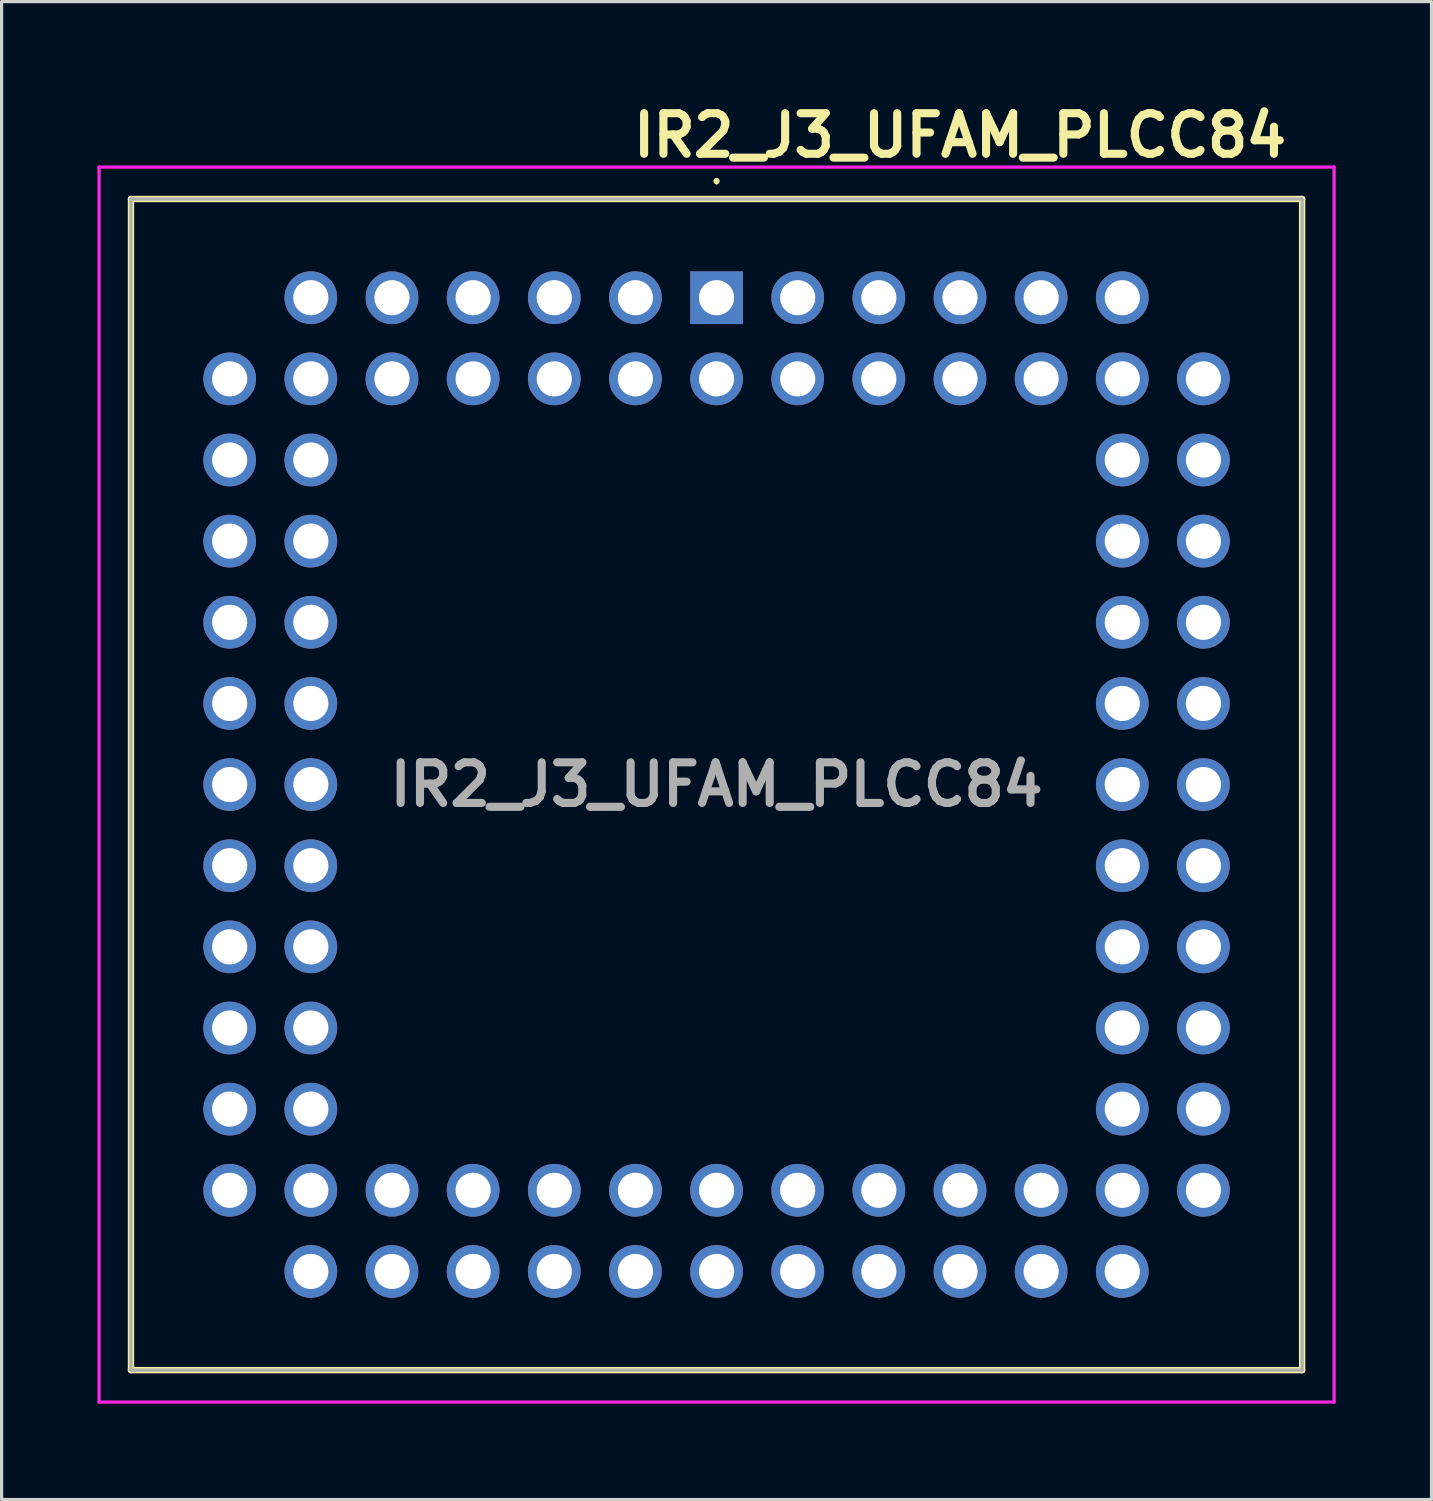
<source format=kicad_pcb>
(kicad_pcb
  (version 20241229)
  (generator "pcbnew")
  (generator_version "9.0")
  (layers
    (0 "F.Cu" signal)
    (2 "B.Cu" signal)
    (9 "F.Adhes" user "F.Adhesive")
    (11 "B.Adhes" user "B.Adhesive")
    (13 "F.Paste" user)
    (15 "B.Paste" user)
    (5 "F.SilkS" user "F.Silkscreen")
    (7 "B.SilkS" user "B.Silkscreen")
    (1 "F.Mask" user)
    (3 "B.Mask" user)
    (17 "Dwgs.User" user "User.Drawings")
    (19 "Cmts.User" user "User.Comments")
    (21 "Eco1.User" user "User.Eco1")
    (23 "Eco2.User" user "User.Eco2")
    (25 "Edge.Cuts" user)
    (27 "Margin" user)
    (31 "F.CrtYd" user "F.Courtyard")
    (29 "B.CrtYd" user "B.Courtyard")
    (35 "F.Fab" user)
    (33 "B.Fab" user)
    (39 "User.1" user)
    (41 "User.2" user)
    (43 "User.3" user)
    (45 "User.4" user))
  (footprint "IR2_J3_UFAM_PLCC84"
    (layer "F.Cu")
    (at 19.38 6.269)
    (property "Reference" "IR2_J3_UFAM_PLCC84" (at 7.62 -5.08 0) (layer "F.SilkS") (effects (font (size 1.27 1.27) (thickness 0.254))))
    (attr through_hole)
    (fp_line (start -18.33 -3.09) (end 18.33 -3.09) (stroke (width 0.2) (type solid)) (layer "F.SilkS"))
    (fp_line (start -18.33 33.57) (end -18.33 -3.09) (stroke (width 0.2) (type solid)) (layer "F.SilkS"))
    (fp_line (start 0 -3.7) (end 0 -3.7) (stroke (width 0.1) (type solid)) (layer "F.SilkS"))
    (fp_line (start 0 -3.6) (end 0 -3.6) (stroke (width 0.1) (type solid)) (layer "F.SilkS"))
    (fp_line (start 18.33 -3.09) (end 18.33 33.57) (stroke (width 0.2) (type solid)) (layer "F.SilkS"))
    (fp_line (start 18.33 33.57) (end -18.33 33.57) (stroke (width 0.2) (type solid)) (layer "F.SilkS"))
    (fp_arc (start 0 -3.7) (mid 0.05 -3.65) (end 0 -3.6) (stroke (width 0.1) (type solid)) (layer "F.SilkS"))
    (fp_arc (start 0 -3.6) (mid -0.05 -3.65) (end 0 -3.7) (stroke (width 0.1) (type solid)) (layer "F.SilkS"))
    (fp_line (start -19.33 -4.09) (end 19.33 -4.09) (stroke (width 0.1) (type solid)) (layer "F.CrtYd"))
    (fp_line (start -19.33 34.57) (end -19.33 -4.09) (stroke (width 0.1) (type solid)) (layer "F.CrtYd"))
    (fp_line (start 19.33 -4.09) (end 19.33 34.57) (stroke (width 0.1) (type solid)) (layer "F.CrtYd"))
    (fp_line (start 19.33 34.57) (end -19.33 34.57) (stroke (width 0.1) (type solid)) (layer "F.CrtYd"))
    (fp_line (start -18.33 -3.09) (end 18.33 -3.09) (stroke (width 0.1) (type solid)) (layer "F.Fab"))
    (fp_line (start -18.33 33.57) (end -18.33 -3.09) (stroke (width 0.1) (type solid)) (layer "F.Fab"))
    (fp_line (start 18.33 -3.09) (end 18.33 33.57) (stroke (width 0.1) (type solid)) (layer "F.Fab"))
    (fp_line (start 18.33 33.57) (end -18.33 33.57) (stroke (width 0.1) (type solid)) (layer "F.Fab"))
    (fp_text user "${REFERENCE}" (at 0 15.24 0) (layer "F.Fab") (effects (font (size 1.27 1.27) (thickness 0.254))))
    (pad "1" thru_hole rect (at 0 0) (size 1.65 1.65) (drill 1.1) (layers "*.Cu" "*.Mask"))
    (pad "2" thru_hole circle (at 0 2.54) (size 1.65 1.65) (drill 1.1) (layers "*.Cu" "*.Mask"))
    (pad "3" thru_hole circle (at -2.54 0) (size 1.65 1.65) (drill 1.1) (layers "*.Cu" "*.Mask"))
    (pad "4" thru_hole circle (at -2.54 2.54) (size 1.65 1.65) (drill 1.1) (layers "*.Cu" "*.Mask"))
    (pad "5" thru_hole circle (at -5.08 0) (size 1.65 1.65) (drill 1.1) (layers "*.Cu" "*.Mask"))
    (pad "6" thru_hole circle (at -5.08 2.54) (size 1.65 1.65) (drill 1.1) (layers "*.Cu" "*.Mask"))
    (pad "7" thru_hole circle (at -7.62 0) (size 1.65 1.65) (drill 1.1) (layers "*.Cu" "*.Mask"))
    (pad "8" thru_hole circle (at -7.62 2.54) (size 1.65 1.65) (drill 1.1) (layers "*.Cu" "*.Mask"))
    (pad "9" thru_hole circle (at -10.16 0) (size 1.65 1.65) (drill 1.1) (layers "*.Cu" "*.Mask"))
    (pad "10" thru_hole circle (at -10.16 2.54) (size 1.65 1.65) (drill 1.1) (layers "*.Cu" "*.Mask"))
    (pad "11" thru_hole circle (at -12.7 0) (size 1.65 1.65) (drill 1.1) (layers "*.Cu" "*.Mask"))
    (pad "12" thru_hole circle (at -15.24 2.54) (size 1.65 1.65) (drill 1.1) (layers "*.Cu" "*.Mask"))
    (pad "13" thru_hole circle (at -12.7 2.54) (size 1.65 1.65) (drill 1.1) (layers "*.Cu" "*.Mask"))
    (pad "14" thru_hole circle (at -15.24 5.08) (size 1.65 1.65) (drill 1.1) (layers "*.Cu" "*.Mask"))
    (pad "15" thru_hole circle (at -12.7 5.08) (size 1.65 1.65) (drill 1.1) (layers "*.Cu" "*.Mask"))
    (pad "16" thru_hole circle (at -15.24 7.62) (size 1.65 1.65) (drill 1.1) (layers "*.Cu" "*.Mask"))
    (pad "17" thru_hole circle (at -12.7 7.62) (size 1.65 1.65) (drill 1.1) (layers "*.Cu" "*.Mask"))
    (pad "18" thru_hole circle (at -15.24 10.16) (size 1.65 1.65) (drill 1.1) (layers "*.Cu" "*.Mask"))
    (pad "19" thru_hole circle (at -12.7 10.16) (size 1.65 1.65) (drill 1.1) (layers "*.Cu" "*.Mask"))
    (pad "20" thru_hole circle (at -15.24 12.7) (size 1.65 1.65) (drill 1.1) (layers "*.Cu" "*.Mask"))
    (pad "21" thru_hole circle (at -12.7 12.7) (size 1.65 1.65) (drill 1.1) (layers "*.Cu" "*.Mask"))
    (pad "22" thru_hole circle (at -15.24 15.24) (size 1.65 1.65) (drill 1.1) (layers "*.Cu" "*.Mask"))
    (pad "23" thru_hole circle (at -12.7 15.24) (size 1.65 1.65) (drill 1.1) (layers "*.Cu" "*.Mask"))
    (pad "24" thru_hole circle (at -15.24 17.78) (size 1.65 1.65) (drill 1.1) (layers "*.Cu" "*.Mask"))
    (pad "25" thru_hole circle (at -12.7 17.78) (size 1.65 1.65) (drill 1.1) (layers "*.Cu" "*.Mask"))
    (pad "26" thru_hole circle (at -15.24 20.32) (size 1.65 1.65) (drill 1.1) (layers "*.Cu" "*.Mask"))
    (pad "27" thru_hole circle (at -12.7 20.32) (size 1.65 1.65) (drill 1.1) (layers "*.Cu" "*.Mask"))
    (pad "28" thru_hole circle (at -15.24 22.86) (size 1.65 1.65) (drill 1.1) (layers "*.Cu" "*.Mask"))
    (pad "29" thru_hole circle (at -12.7 22.86) (size 1.65 1.65) (drill 1.1) (layers "*.Cu" "*.Mask"))
    (pad "30" thru_hole circle (at -15.24 25.4) (size 1.65 1.65) (drill 1.1) (layers "*.Cu" "*.Mask"))
    (pad "31" thru_hole circle (at -12.7 25.4) (size 1.65 1.65) (drill 1.1) (layers "*.Cu" "*.Mask"))
    (pad "32" thru_hole circle (at -15.24 27.94) (size 1.65 1.65) (drill 1.1) (layers "*.Cu" "*.Mask"))
    (pad "33" thru_hole circle (at -12.7 30.48) (size 1.65 1.65) (drill 1.1) (layers "*.Cu" "*.Mask"))
    (pad "34" thru_hole circle (at -12.7 27.94) (size 1.65 1.65) (drill 1.1) (layers "*.Cu" "*.Mask"))
    (pad "35" thru_hole circle (at -10.16 30.48) (size 1.65 1.65) (drill 1.1) (layers "*.Cu" "*.Mask"))
    (pad "36" thru_hole circle (at -10.16 27.94) (size 1.65 1.65) (drill 1.1) (layers "*.Cu" "*.Mask"))
    (pad "37" thru_hole circle (at -7.62 30.48) (size 1.65 1.65) (drill 1.1) (layers "*.Cu" "*.Mask"))
    (pad "38" thru_hole circle (at -7.62 27.94) (size 1.65 1.65) (drill 1.1) (layers "*.Cu" "*.Mask"))
    (pad "39" thru_hole circle (at -5.08 30.48) (size 1.65 1.65) (drill 1.1) (layers "*.Cu" "*.Mask"))
    (pad "40" thru_hole circle (at -5.08 27.94) (size 1.65 1.65) (drill 1.1) (layers "*.Cu" "*.Mask"))
    (pad "41" thru_hole circle (at -2.54 30.48) (size 1.65 1.65) (drill 1.1) (layers "*.Cu" "*.Mask"))
    (pad "42" thru_hole circle (at -2.54 27.94) (size 1.65 1.65) (drill 1.1) (layers "*.Cu" "*.Mask"))
    (pad "43" thru_hole circle (at 0 30.48) (size 1.65 1.65) (drill 1.1) (layers "*.Cu" "*.Mask"))
    (pad "44" thru_hole circle (at 0 27.94) (size 1.65 1.65) (drill 1.1) (layers "*.Cu" "*.Mask"))
    (pad "45" thru_hole circle (at 2.54 30.48) (size 1.65 1.65) (drill 1.1) (layers "*.Cu" "*.Mask"))
    (pad "46" thru_hole circle (at 2.54 27.94) (size 1.65 1.65) (drill 1.1) (layers "*.Cu" "*.Mask"))
    (pad "47" thru_hole circle (at 5.08 30.48) (size 1.65 1.65) (drill 1.1) (layers "*.Cu" "*.Mask"))
    (pad "48" thru_hole circle (at 5.08 27.94) (size 1.65 1.65) (drill 1.1) (layers "*.Cu" "*.Mask"))
    (pad "49" thru_hole circle (at 7.62 30.48) (size 1.65 1.65) (drill 1.1) (layers "*.Cu" "*.Mask"))
    (pad "50" thru_hole circle (at 7.62 27.94) (size 1.65 1.65) (drill 1.1) (layers "*.Cu" "*.Mask"))
    (pad "51" thru_hole circle (at 10.16 30.48) (size 1.65 1.65) (drill 1.1) (layers "*.Cu" "*.Mask"))
    (pad "52" thru_hole circle (at 10.16 27.94) (size 1.65 1.65) (drill 1.1) (layers "*.Cu" "*.Mask"))
    (pad "53" thru_hole circle (at 12.7 30.48) (size 1.65 1.65) (drill 1.1) (layers "*.Cu" "*.Mask"))
    (pad "54" thru_hole circle (at 15.24 27.94) (size 1.65 1.65) (drill 1.1) (layers "*.Cu" "*.Mask"))
    (pad "55" thru_hole circle (at 12.7 27.94) (size 1.65 1.65) (drill 1.1) (layers "*.Cu" "*.Mask"))
    (pad "56" thru_hole circle (at 15.24 25.4) (size 1.65 1.65) (drill 1.1) (layers "*.Cu" "*.Mask"))
    (pad "57" thru_hole circle (at 12.7 25.4) (size 1.65 1.65) (drill 1.1) (layers "*.Cu" "*.Mask"))
    (pad "58" thru_hole circle (at 15.24 22.86) (size 1.65 1.65) (drill 1.1) (layers "*.Cu" "*.Mask"))
    (pad "59" thru_hole circle (at 12.7 22.86) (size 1.65 1.65) (drill 1.1) (layers "*.Cu" "*.Mask"))
    (pad "60" thru_hole circle (at 15.24 20.32) (size 1.65 1.65) (drill 1.1) (layers "*.Cu" "*.Mask"))
    (pad "61" thru_hole circle (at 12.7 20.32) (size 1.65 1.65) (drill 1.1) (layers "*.Cu" "*.Mask"))
    (pad "62" thru_hole circle (at 15.24 17.78) (size 1.65 1.65) (drill 1.1) (layers "*.Cu" "*.Mask"))
    (pad "63" thru_hole circle (at 12.7 17.78) (size 1.65 1.65) (drill 1.1) (layers "*.Cu" "*.Mask"))
    (pad "64" thru_hole circle (at 15.24 15.24) (size 1.65 1.65) (drill 1.1) (layers "*.Cu" "*.Mask"))
    (pad "65" thru_hole circle (at 12.7 15.24) (size 1.65 1.65) (drill 1.1) (layers "*.Cu" "*.Mask"))
    (pad "66" thru_hole circle (at 15.24 12.7) (size 1.65 1.65) (drill 1.1) (layers "*.Cu" "*.Mask"))
    (pad "67" thru_hole circle (at 12.7 12.7) (size 1.65 1.65) (drill 1.1) (layers "*.Cu" "*.Mask"))
    (pad "68" thru_hole circle (at 15.24 10.16) (size 1.65 1.65) (drill 1.1) (layers "*.Cu" "*.Mask"))
    (pad "69" thru_hole circle (at 12.7 10.16) (size 1.65 1.65) (drill 1.1) (layers "*.Cu" "*.Mask"))
    (pad "70" thru_hole circle (at 15.24 7.62) (size 1.65 1.65) (drill 1.1) (layers "*.Cu" "*.Mask"))
    (pad "71" thru_hole circle (at 12.7 7.62) (size 1.65 1.65) (drill 1.1) (layers "*.Cu" "*.Mask"))
    (pad "72" thru_hole circle (at 15.24 5.08) (size 1.65 1.65) (drill 1.1) (layers "*.Cu" "*.Mask"))
    (pad "73" thru_hole circle (at 12.7 5.08) (size 1.65 1.65) (drill 1.1) (layers "*.Cu" "*.Mask"))
    (pad "74" thru_hole circle (at 15.24 2.54) (size 1.65 1.65) (drill 1.1) (layers "*.Cu" "*.Mask"))
    (pad "75" thru_hole circle (at 12.7 0) (size 1.65 1.65) (drill 1.1) (layers "*.Cu" "*.Mask"))
    (pad "76" thru_hole circle (at 12.7 2.54) (size 1.65 1.65) (drill 1.1) (layers "*.Cu" "*.Mask"))
    (pad "77" thru_hole circle (at 10.16 0) (size 1.65 1.65) (drill 1.1) (layers "*.Cu" "*.Mask"))
    (pad "78" thru_hole circle (at 10.16 2.54) (size 1.65 1.65) (drill 1.1) (layers "*.Cu" "*.Mask"))
    (pad "79" thru_hole circle (at 7.62 0) (size 1.65 1.65) (drill 1.1) (layers "*.Cu" "*.Mask"))
    (pad "80" thru_hole circle (at 7.62 2.54) (size 1.65 1.65) (drill 1.1) (layers "*.Cu" "*.Mask"))
    (pad "81" thru_hole circle (at 5.08 0) (size 1.65 1.65) (drill 1.1) (layers "*.Cu" "*.Mask"))
    (pad "82" thru_hole circle (at 5.08 2.54) (size 1.65 1.65) (drill 1.1) (layers "*.Cu" "*.Mask"))
    (pad "83" thru_hole circle (at 2.54 0) (size 1.65 1.65) (drill 1.1) (layers "*.Cu" "*.Mask"))
    (pad "84" thru_hole circle (at 2.54 2.54) (size 1.65 1.65) (drill 1.1) (layers "*.Cu" "*.Mask")))
  (gr_rect
    (start -3 -3)
    (end 41.76 43.889)
    (stroke (width 0.1) (type default))
    (fill no)
    (layer "Edge.Cuts")))
</source>
